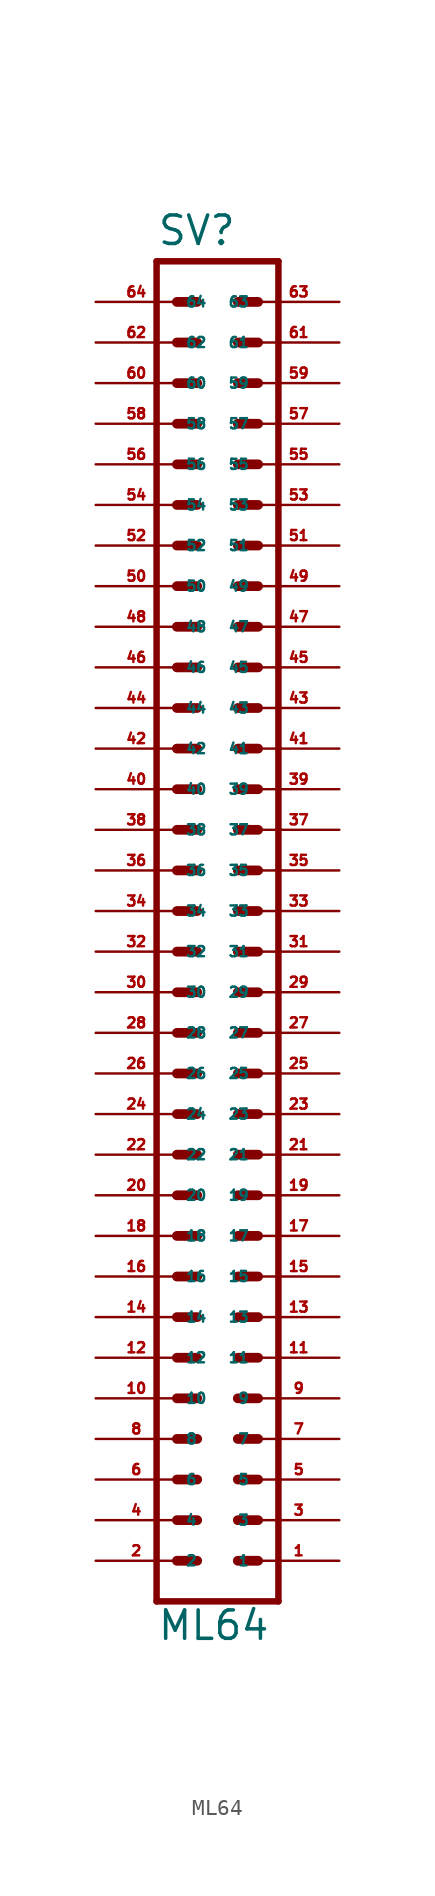
<source format=kicad_sym>
(kicad_symbol_lib
  (version 20220914)
  (generator Eagle2Kicad)
  (symbol "ML64"
    (property "Reference" "SV"
      (at -3.81 44.069 0)
      (effects (font (size 1.778 1.778) (thickness 0.22)) (justify left bottom)))
    (property "Value" "ML64"
      (at -3.81 -43.18 0)
      (effects (font (size 1.778 1.778) (thickness 0.22)) (justify left bottom)))
    (polyline
      (pts (xy 3.81 -40.64) (xy -3.81 -40.64))
      (stroke (width 0.406) (type default))
      (fill (type none)))
    (polyline
      (pts (xy -3.81 43.18) (xy -3.81 -40.64))
      (stroke (width 0.406) (type default))
      (fill (type none)))
    (polyline
      (pts (xy -3.81 43.18) (xy 3.81 43.18))
      (stroke (width 0.406) (type default))
      (fill (type none)))
    (polyline
      (pts (xy 3.81 -40.64) (xy 3.81 43.18))
      (stroke (width 0.406) (type default))
      (fill (type none)))
    (polyline
      (pts (xy 1.27 -27.94) (xy 2.54 -27.94))
      (stroke (width 0.61) (type default))
      (fill (type none)))
    (polyline
      (pts (xy 1.27 -30.48) (xy 2.54 -30.48))
      (stroke (width 0.61) (type default))
      (fill (type none)))
    (polyline
      (pts (xy 1.27 -33.02) (xy 2.54 -33.02))
      (stroke (width 0.61) (type default))
      (fill (type none)))
    (polyline
      (pts (xy 1.27 -35.56) (xy 2.54 -35.56))
      (stroke (width 0.61) (type default))
      (fill (type none)))
    (polyline
      (pts (xy 1.27 -38.1) (xy 2.54 -38.1))
      (stroke (width 0.61) (type default))
      (fill (type none)))
    (polyline
      (pts (xy -2.54 -27.94) (xy -1.27 -27.94))
      (stroke (width 0.61) (type default))
      (fill (type none)))
    (polyline
      (pts (xy -2.54 -30.48) (xy -1.27 -30.48))
      (stroke (width 0.61) (type default))
      (fill (type none)))
    (polyline
      (pts (xy -2.54 -33.02) (xy -1.27 -33.02))
      (stroke (width 0.61) (type default))
      (fill (type none)))
    (polyline
      (pts (xy -2.54 -35.56) (xy -1.27 -35.56))
      (stroke (width 0.61) (type default))
      (fill (type none)))
    (polyline
      (pts (xy -2.54 -38.1) (xy -1.27 -38.1))
      (stroke (width 0.61) (type default))
      (fill (type none)))
    (polyline
      (pts (xy 1.27 -25.4) (xy 2.54 -25.4))
      (stroke (width 0.61) (type default))
      (fill (type none)))
    (polyline
      (pts (xy 1.27 -22.86) (xy 2.54 -22.86))
      (stroke (width 0.61) (type default))
      (fill (type none)))
    (polyline
      (pts (xy 1.27 -20.32) (xy 2.54 -20.32))
      (stroke (width 0.61) (type default))
      (fill (type none)))
    (polyline
      (pts (xy 1.27 -17.78) (xy 2.54 -17.78))
      (stroke (width 0.61) (type default))
      (fill (type none)))
    (polyline
      (pts (xy 1.27 -15.24) (xy 2.54 -15.24))
      (stroke (width 0.61) (type default))
      (fill (type none)))
    (polyline
      (pts (xy -2.54 -25.4) (xy -1.27 -25.4))
      (stroke (width 0.61) (type default))
      (fill (type none)))
    (polyline
      (pts (xy -2.54 -22.86) (xy -1.27 -22.86))
      (stroke (width 0.61) (type default))
      (fill (type none)))
    (polyline
      (pts (xy -2.54 -20.32) (xy -1.27 -20.32))
      (stroke (width 0.61) (type default))
      (fill (type none)))
    (polyline
      (pts (xy -2.54 -17.78) (xy -1.27 -17.78))
      (stroke (width 0.61) (type default))
      (fill (type none)))
    (polyline
      (pts (xy -2.54 -15.24) (xy -1.27 -15.24))
      (stroke (width 0.61) (type default))
      (fill (type none)))
    (polyline
      (pts (xy 1.27 -12.7) (xy 2.54 -12.7))
      (stroke (width 0.61) (type default))
      (fill (type none)))
    (polyline
      (pts (xy 1.27 -10.16) (xy 2.54 -10.16))
      (stroke (width 0.61) (type default))
      (fill (type none)))
    (polyline
      (pts (xy 1.27 -7.62) (xy 2.54 -7.62))
      (stroke (width 0.61) (type default))
      (fill (type none)))
    (polyline
      (pts (xy -2.54 -12.7) (xy -1.27 -12.7))
      (stroke (width 0.61) (type default))
      (fill (type none)))
    (polyline
      (pts (xy -2.54 -10.16) (xy -1.27 -10.16))
      (stroke (width 0.61) (type default))
      (fill (type none)))
    (polyline
      (pts (xy -2.54 -7.62) (xy -1.27 -7.62))
      (stroke (width 0.61) (type default))
      (fill (type none)))
    (polyline
      (pts (xy 1.27 -5.08) (xy 2.54 -5.08))
      (stroke (width 0.61) (type default))
      (fill (type none)))
    (polyline
      (pts (xy 1.27 -2.54) (xy 2.54 -2.54))
      (stroke (width 0.61) (type default))
      (fill (type none)))
    (polyline
      (pts (xy 1.27 0) (xy 2.54 0))
      (stroke (width 0.61) (type default))
      (fill (type none)))
    (polyline
      (pts (xy 1.27 2.54) (xy 2.54 2.54))
      (stroke (width 0.61) (type default))
      (fill (type none)))
    (polyline
      (pts (xy 1.27 5.08) (xy 2.54 5.08))
      (stroke (width 0.61) (type default))
      (fill (type none)))
    (polyline
      (pts (xy 1.27 7.62) (xy 2.54 7.62))
      (stroke (width 0.61) (type default))
      (fill (type none)))
    (polyline
      (pts (xy 1.27 10.16) (xy 2.54 10.16))
      (stroke (width 0.61) (type default))
      (fill (type none)))
    (polyline
      (pts (xy -2.54 -5.08) (xy -1.27 -5.08))
      (stroke (width 0.61) (type default))
      (fill (type none)))
    (polyline
      (pts (xy -2.54 -2.54) (xy -1.27 -2.54))
      (stroke (width 0.61) (type default))
      (fill (type none)))
    (polyline
      (pts (xy -2.54 0) (xy -1.27 0))
      (stroke (width 0.61) (type default))
      (fill (type none)))
    (polyline
      (pts (xy -2.54 2.54) (xy -1.27 2.54))
      (stroke (width 0.61) (type default))
      (fill (type none)))
    (polyline
      (pts (xy -2.54 5.08) (xy -1.27 5.08))
      (stroke (width 0.61) (type default))
      (fill (type none)))
    (polyline
      (pts (xy -2.54 7.62) (xy -1.27 7.62))
      (stroke (width 0.61) (type default))
      (fill (type none)))
    (polyline
      (pts (xy -2.54 10.16) (xy -1.27 10.16))
      (stroke (width 0.61) (type default))
      (fill (type none)))
    (polyline
      (pts (xy -2.54 12.7) (xy -1.27 12.7))
      (stroke (width 0.61) (type default))
      (fill (type none)))
    (polyline
      (pts (xy -2.54 15.24) (xy -1.27 15.24))
      (stroke (width 0.61) (type default))
      (fill (type none)))
    (polyline
      (pts (xy -2.54 17.78) (xy -1.27 17.78))
      (stroke (width 0.61) (type default))
      (fill (type none)))
    (polyline
      (pts (xy 1.27 12.7) (xy 2.54 12.7))
      (stroke (width 0.61) (type default))
      (fill (type none)))
    (polyline
      (pts (xy 1.27 15.24) (xy 2.54 15.24))
      (stroke (width 0.61) (type default))
      (fill (type none)))
    (polyline
      (pts (xy 1.27 17.78) (xy 2.54 17.78))
      (stroke (width 0.61) (type default))
      (fill (type none)))
    (polyline
      (pts (xy -2.54 20.32) (xy -1.27 20.32))
      (stroke (width 0.61) (type default))
      (fill (type none)))
    (polyline
      (pts (xy -2.54 22.86) (xy -1.27 22.86))
      (stroke (width 0.61) (type default))
      (fill (type none)))
    (polyline
      (pts (xy 1.27 20.32) (xy 2.54 20.32))
      (stroke (width 0.61) (type default))
      (fill (type none)))
    (polyline
      (pts (xy 1.27 22.86) (xy 2.54 22.86))
      (stroke (width 0.61) (type default))
      (fill (type none)))
    (polyline
      (pts (xy -2.54 25.4) (xy -1.27 25.4))
      (stroke (width 0.61) (type default))
      (fill (type none)))
    (polyline
      (pts (xy -2.54 27.94) (xy -1.27 27.94))
      (stroke (width 0.61) (type default))
      (fill (type none)))
    (polyline
      (pts (xy -2.54 30.48) (xy -1.27 30.48))
      (stroke (width 0.61) (type default))
      (fill (type none)))
    (polyline
      (pts (xy -2.54 33.02) (xy -1.27 33.02))
      (stroke (width 0.61) (type default))
      (fill (type none)))
    (polyline
      (pts (xy -2.54 35.56) (xy -1.27 35.56))
      (stroke (width 0.61) (type default))
      (fill (type none)))
    (polyline
      (pts (xy -2.54 38.1) (xy -1.27 38.1))
      (stroke (width 0.61) (type default))
      (fill (type none)))
    (polyline
      (pts (xy -2.54 40.64) (xy -1.27 40.64))
      (stroke (width 0.61) (type default))
      (fill (type none)))
    (polyline
      (pts (xy 1.27 25.4) (xy 2.54 25.4))
      (stroke (width 0.61) (type default))
      (fill (type none)))
    (polyline
      (pts (xy 1.27 27.94) (xy 2.54 27.94))
      (stroke (width 0.61) (type default))
      (fill (type none)))
    (polyline
      (pts (xy 1.27 30.48) (xy 2.54 30.48))
      (stroke (width 0.61) (type default))
      (fill (type none)))
    (polyline
      (pts (xy 1.27 33.02) (xy 2.54 33.02))
      (stroke (width 0.61) (type default))
      (fill (type none)))
    (polyline
      (pts (xy 1.27 35.56) (xy 2.54 35.56))
      (stroke (width 0.61) (type default))
      (fill (type none)))
    (polyline
      (pts (xy 1.27 38.1) (xy 2.54 38.1))
      (stroke (width 0.61) (type default))
      (fill (type none)))
    (polyline
      (pts (xy 1.27 40.64) (xy 2.54 40.64))
      (stroke (width 0.61) (type default))
      (fill (type none)))
    (pin passive line
      (at 7.62 -38.1 180)
      (length 5.08)
      (name "1" (effects (font (size 0.635 0.635) (thickness 0.08)) (justify left bottom)))
      (number "1" (effects (font (size 0.635 0.635) (thickness 0.08)) (justify left bottom))))
    (pin passive line
      (at 7.62 -35.56 180)
      (length 5.08)
      (name "3" (effects (font (size 0.635 0.635) (thickness 0.08)) (justify left bottom)))
      (number "3" (effects (font (size 0.635 0.635) (thickness 0.08)) (justify left bottom))))
    (pin passive line
      (at 7.62 -33.02 180)
      (length 5.08)
      (name "5" (effects (font (size 0.635 0.635) (thickness 0.08)) (justify left bottom)))
      (number "5" (effects (font (size 0.635 0.635) (thickness 0.08)) (justify left bottom))))
    (pin passive line
      (at 7.62 -30.48 180)
      (length 5.08)
      (name "7" (effects (font (size 0.635 0.635) (thickness 0.08)) (justify left bottom)))
      (number "7" (effects (font (size 0.635 0.635) (thickness 0.08)) (justify left bottom))))
    (pin passive line
      (at 7.62 -27.94 180)
      (length 5.08)
      (name "9" (effects (font (size 0.635 0.635) (thickness 0.08)) (justify left bottom)))
      (number "9" (effects (font (size 0.635 0.635) (thickness 0.08)) (justify left bottom))))
    (pin passive line
      (at 7.62 -25.4 180)
      (length 5.08)
      (name "11" (effects (font (size 0.635 0.635) (thickness 0.08)) (justify left bottom)))
      (number "11" (effects (font (size 0.635 0.635) (thickness 0.08)) (justify left bottom))))
    (pin passive line
      (at 7.62 -22.86 180)
      (length 5.08)
      (name "13" (effects (font (size 0.635 0.635) (thickness 0.08)) (justify left bottom)))
      (number "13" (effects (font (size 0.635 0.635) (thickness 0.08)) (justify left bottom))))
    (pin passive line
      (at 7.62 -20.32 180)
      (length 5.08)
      (name "15" (effects (font (size 0.635 0.635) (thickness 0.08)) (justify left bottom)))
      (number "15" (effects (font (size 0.635 0.635) (thickness 0.08)) (justify left bottom))))
    (pin passive line
      (at 7.62 -17.78 180)
      (length 5.08)
      (name "17" (effects (font (size 0.635 0.635) (thickness 0.08)) (justify left bottom)))
      (number "17" (effects (font (size 0.635 0.635) (thickness 0.08)) (justify left bottom))))
    (pin passive line
      (at 7.62 -15.24 180)
      (length 5.08)
      (name "19" (effects (font (size 0.635 0.635) (thickness 0.08)) (justify left bottom)))
      (number "19" (effects (font (size 0.635 0.635) (thickness 0.08)) (justify left bottom))))
    (pin passive line
      (at 7.62 -12.7 180)
      (length 5.08)
      (name "21" (effects (font (size 0.635 0.635) (thickness 0.08)) (justify left bottom)))
      (number "21" (effects (font (size 0.635 0.635) (thickness 0.08)) (justify left bottom))))
    (pin passive line
      (at 7.62 -10.16 180)
      (length 5.08)
      (name "23" (effects (font (size 0.635 0.635) (thickness 0.08)) (justify left bottom)))
      (number "23" (effects (font (size 0.635 0.635) (thickness 0.08)) (justify left bottom))))
    (pin passive line
      (at 7.62 -7.62 180)
      (length 5.08)
      (name "25" (effects (font (size 0.635 0.635) (thickness 0.08)) (justify left bottom)))
      (number "25" (effects (font (size 0.635 0.635) (thickness 0.08)) (justify left bottom))))
    (pin passive line
      (at 7.62 -5.08 180)
      (length 5.08)
      (name "27" (effects (font (size 0.635 0.635) (thickness 0.08)) (justify left bottom)))
      (number "27" (effects (font (size 0.635 0.635) (thickness 0.08)) (justify left bottom))))
    (pin passive line
      (at 7.62 -2.54 180)
      (length 5.08)
      (name "29" (effects (font (size 0.635 0.635) (thickness 0.08)) (justify left bottom)))
      (number "29" (effects (font (size 0.635 0.635) (thickness 0.08)) (justify left bottom))))
    (pin passive line
      (at 7.62 0 180)
      (length 5.08)
      (name "31" (effects (font (size 0.635 0.635) (thickness 0.08)) (justify left bottom)))
      (number "31" (effects (font (size 0.635 0.635) (thickness 0.08)) (justify left bottom))))
    (pin passive line
      (at 7.62 2.54 180)
      (length 5.08)
      (name "33" (effects (font (size 0.635 0.635) (thickness 0.08)) (justify left bottom)))
      (number "33" (effects (font (size 0.635 0.635) (thickness 0.08)) (justify left bottom))))
    (pin passive line
      (at 7.62 5.08 180)
      (length 5.08)
      (name "35" (effects (font (size 0.635 0.635) (thickness 0.08)) (justify left bottom)))
      (number "35" (effects (font (size 0.635 0.635) (thickness 0.08)) (justify left bottom))))
    (pin passive line
      (at 7.62 7.62 180)
      (length 5.08)
      (name "37" (effects (font (size 0.635 0.635) (thickness 0.08)) (justify left bottom)))
      (number "37" (effects (font (size 0.635 0.635) (thickness 0.08)) (justify left bottom))))
    (pin passive line
      (at 7.62 10.16 180)
      (length 5.08)
      (name "39" (effects (font (size 0.635 0.635) (thickness 0.08)) (justify left bottom)))
      (number "39" (effects (font (size 0.635 0.635) (thickness 0.08)) (justify left bottom))))
    (pin passive line
      (at -7.62 -38.1 0)
      (length 5.08)
      (name "2" (effects (font (size 0.635 0.635) (thickness 0.08)) (justify left bottom)))
      (number "2" (effects (font (size 0.635 0.635) (thickness 0.08)) (justify left bottom))))
    (pin passive line
      (at -7.62 -35.56 0)
      (length 5.08)
      (name "4" (effects (font (size 0.635 0.635) (thickness 0.08)) (justify left bottom)))
      (number "4" (effects (font (size 0.635 0.635) (thickness 0.08)) (justify left bottom))))
    (pin passive line
      (at -7.62 -33.02 0)
      (length 5.08)
      (name "6" (effects (font (size 0.635 0.635) (thickness 0.08)) (justify left bottom)))
      (number "6" (effects (font (size 0.635 0.635) (thickness 0.08)) (justify left bottom))))
    (pin passive line
      (at -7.62 -30.48 0)
      (length 5.08)
      (name "8" (effects (font (size 0.635 0.635) (thickness 0.08)) (justify left bottom)))
      (number "8" (effects (font (size 0.635 0.635) (thickness 0.08)) (justify left bottom))))
    (pin passive line
      (at -7.62 -27.94 0)
      (length 5.08)
      (name "10" (effects (font (size 0.635 0.635) (thickness 0.08)) (justify left bottom)))
      (number "10" (effects (font (size 0.635 0.635) (thickness 0.08)) (justify left bottom))))
    (pin passive line
      (at -7.62 -25.4 0)
      (length 5.08)
      (name "12" (effects (font (size 0.635 0.635) (thickness 0.08)) (justify left bottom)))
      (number "12" (effects (font (size 0.635 0.635) (thickness 0.08)) (justify left bottom))))
    (pin passive line
      (at -7.62 -22.86 0)
      (length 5.08)
      (name "14" (effects (font (size 0.635 0.635) (thickness 0.08)) (justify left bottom)))
      (number "14" (effects (font (size 0.635 0.635) (thickness 0.08)) (justify left bottom))))
    (pin passive line
      (at -7.62 -20.32 0)
      (length 5.08)
      (name "16" (effects (font (size 0.635 0.635) (thickness 0.08)) (justify left bottom)))
      (number "16" (effects (font (size 0.635 0.635) (thickness 0.08)) (justify left bottom))))
    (pin passive line
      (at -7.62 -17.78 0)
      (length 5.08)
      (name "18" (effects (font (size 0.635 0.635) (thickness 0.08)) (justify left bottom)))
      (number "18" (effects (font (size 0.635 0.635) (thickness 0.08)) (justify left bottom))))
    (pin passive line
      (at -7.62 -15.24 0)
      (length 5.08)
      (name "20" (effects (font (size 0.635 0.635) (thickness 0.08)) (justify left bottom)))
      (number "20" (effects (font (size 0.635 0.635) (thickness 0.08)) (justify left bottom))))
    (pin passive line
      (at -7.62 -12.7 0)
      (length 5.08)
      (name "22" (effects (font (size 0.635 0.635) (thickness 0.08)) (justify left bottom)))
      (number "22" (effects (font (size 0.635 0.635) (thickness 0.08)) (justify left bottom))))
    (pin passive line
      (at -7.62 -10.16 0)
      (length 5.08)
      (name "24" (effects (font (size 0.635 0.635) (thickness 0.08)) (justify left bottom)))
      (number "24" (effects (font (size 0.635 0.635) (thickness 0.08)) (justify left bottom))))
    (pin passive line
      (at -7.62 -7.62 0)
      (length 5.08)
      (name "26" (effects (font (size 0.635 0.635) (thickness 0.08)) (justify left bottom)))
      (number "26" (effects (font (size 0.635 0.635) (thickness 0.08)) (justify left bottom))))
    (pin passive line
      (at -7.62 -5.08 0)
      (length 5.08)
      (name "28" (effects (font (size 0.635 0.635) (thickness 0.08)) (justify left bottom)))
      (number "28" (effects (font (size 0.635 0.635) (thickness 0.08)) (justify left bottom))))
    (pin passive line
      (at -7.62 -2.54 0)
      (length 5.08)
      (name "30" (effects (font (size 0.635 0.635) (thickness 0.08)) (justify left bottom)))
      (number "30" (effects (font (size 0.635 0.635) (thickness 0.08)) (justify left bottom))))
    (pin passive line
      (at -7.62 0 0)
      (length 5.08)
      (name "32" (effects (font (size 0.635 0.635) (thickness 0.08)) (justify left bottom)))
      (number "32" (effects (font (size 0.635 0.635) (thickness 0.08)) (justify left bottom))))
    (pin passive line
      (at -7.62 2.54 0)
      (length 5.08)
      (name "34" (effects (font (size 0.635 0.635) (thickness 0.08)) (justify left bottom)))
      (number "34" (effects (font (size 0.635 0.635) (thickness 0.08)) (justify left bottom))))
    (pin passive line
      (at -7.62 5.08 0)
      (length 5.08)
      (name "36" (effects (font (size 0.635 0.635) (thickness 0.08)) (justify left bottom)))
      (number "36" (effects (font (size 0.635 0.635) (thickness 0.08)) (justify left bottom))))
    (pin passive line
      (at -7.62 7.62 0)
      (length 5.08)
      (name "38" (effects (font (size 0.635 0.635) (thickness 0.08)) (justify left bottom)))
      (number "38" (effects (font (size 0.635 0.635) (thickness 0.08)) (justify left bottom))))
    (pin passive line
      (at -7.62 10.16 0)
      (length 5.08)
      (name "40" (effects (font (size 0.635 0.635) (thickness 0.08)) (justify left bottom)))
      (number "40" (effects (font (size 0.635 0.635) (thickness 0.08)) (justify left bottom))))
    (pin passive line
      (at 7.62 12.7 180)
      (length 5.08)
      (name "41" (effects (font (size 0.635 0.635) (thickness 0.08)) (justify left bottom)))
      (number "41" (effects (font (size 0.635 0.635) (thickness 0.08)) (justify left bottom))))
    (pin passive line
      (at 7.62 15.24 180)
      (length 5.08)
      (name "43" (effects (font (size 0.635 0.635) (thickness 0.08)) (justify left bottom)))
      (number "43" (effects (font (size 0.635 0.635) (thickness 0.08)) (justify left bottom))))
    (pin passive line
      (at 7.62 17.78 180)
      (length 5.08)
      (name "45" (effects (font (size 0.635 0.635) (thickness 0.08)) (justify left bottom)))
      (number "45" (effects (font (size 0.635 0.635) (thickness 0.08)) (justify left bottom))))
    (pin passive line
      (at 7.62 20.32 180)
      (length 5.08)
      (name "47" (effects (font (size 0.635 0.635) (thickness 0.08)) (justify left bottom)))
      (number "47" (effects (font (size 0.635 0.635) (thickness 0.08)) (justify left bottom))))
    (pin passive line
      (at 7.62 22.86 180)
      (length 5.08)
      (name "49" (effects (font (size 0.635 0.635) (thickness 0.08)) (justify left bottom)))
      (number "49" (effects (font (size 0.635 0.635) (thickness 0.08)) (justify left bottom))))
    (pin passive line
      (at -7.62 12.7 0)
      (length 5.08)
      (name "42" (effects (font (size 0.635 0.635) (thickness 0.08)) (justify left bottom)))
      (number "42" (effects (font (size 0.635 0.635) (thickness 0.08)) (justify left bottom))))
    (pin passive line
      (at -7.62 15.24 0)
      (length 5.08)
      (name "44" (effects (font (size 0.635 0.635) (thickness 0.08)) (justify left bottom)))
      (number "44" (effects (font (size 0.635 0.635) (thickness 0.08)) (justify left bottom))))
    (pin passive line
      (at -7.62 17.78 0)
      (length 5.08)
      (name "46" (effects (font (size 0.635 0.635) (thickness 0.08)) (justify left bottom)))
      (number "46" (effects (font (size 0.635 0.635) (thickness 0.08)) (justify left bottom))))
    (pin passive line
      (at -7.62 20.32 0)
      (length 5.08)
      (name "48" (effects (font (size 0.635 0.635) (thickness 0.08)) (justify left bottom)))
      (number "48" (effects (font (size 0.635 0.635) (thickness 0.08)) (justify left bottom))))
    (pin passive line
      (at -7.62 22.86 0)
      (length 5.08)
      (name "50" (effects (font (size 0.635 0.635) (thickness 0.08)) (justify left bottom)))
      (number "50" (effects (font (size 0.635 0.635) (thickness 0.08)) (justify left bottom))))
    (pin passive line
      (at 7.62 25.4 180)
      (length 5.08)
      (name "51" (effects (font (size 0.635 0.635) (thickness 0.08)) (justify left bottom)))
      (number "51" (effects (font (size 0.635 0.635) (thickness 0.08)) (justify left bottom))))
    (pin passive line
      (at 7.62 27.94 180)
      (length 5.08)
      (name "53" (effects (font (size 0.635 0.635) (thickness 0.08)) (justify left bottom)))
      (number "53" (effects (font (size 0.635 0.635) (thickness 0.08)) (justify left bottom))))
    (pin passive line
      (at 7.62 30.48 180)
      (length 5.08)
      (name "55" (effects (font (size 0.635 0.635) (thickness 0.08)) (justify left bottom)))
      (number "55" (effects (font (size 0.635 0.635) (thickness 0.08)) (justify left bottom))))
    (pin passive line
      (at 7.62 33.02 180)
      (length 5.08)
      (name "57" (effects (font (size 0.635 0.635) (thickness 0.08)) (justify left bottom)))
      (number "57" (effects (font (size 0.635 0.635) (thickness 0.08)) (justify left bottom))))
    (pin passive line
      (at 7.62 35.56 180)
      (length 5.08)
      (name "59" (effects (font (size 0.635 0.635) (thickness 0.08)) (justify left bottom)))
      (number "59" (effects (font (size 0.635 0.635) (thickness 0.08)) (justify left bottom))))
    (pin passive line
      (at 7.62 38.1 180)
      (length 5.08)
      (name "61" (effects (font (size 0.635 0.635) (thickness 0.08)) (justify left bottom)))
      (number "61" (effects (font (size 0.635 0.635) (thickness 0.08)) (justify left bottom))))
    (pin passive line
      (at 7.62 40.64 180)
      (length 5.08)
      (name "63" (effects (font (size 0.635 0.635) (thickness 0.08)) (justify left bottom)))
      (number "63" (effects (font (size 0.635 0.635) (thickness 0.08)) (justify left bottom))))
    (pin passive line
      (at -7.62 25.4 0)
      (length 5.08)
      (name "52" (effects (font (size 0.635 0.635) (thickness 0.08)) (justify left bottom)))
      (number "52" (effects (font (size 0.635 0.635) (thickness 0.08)) (justify left bottom))))
    (pin passive line
      (at -7.62 27.94 0)
      (length 5.08)
      (name "54" (effects (font (size 0.635 0.635) (thickness 0.08)) (justify left bottom)))
      (number "54" (effects (font (size 0.635 0.635) (thickness 0.08)) (justify left bottom))))
    (pin passive line
      (at -7.62 30.48 0)
      (length 5.08)
      (name "56" (effects (font (size 0.635 0.635) (thickness 0.08)) (justify left bottom)))
      (number "56" (effects (font (size 0.635 0.635) (thickness 0.08)) (justify left bottom))))
    (pin passive line
      (at -7.62 33.02 0)
      (length 5.08)
      (name "58" (effects (font (size 0.635 0.635) (thickness 0.08)) (justify left bottom)))
      (number "58" (effects (font (size 0.635 0.635) (thickness 0.08)) (justify left bottom))))
    (pin passive line
      (at -7.62 35.56 0)
      (length 5.08)
      (name "60" (effects (font (size 0.635 0.635) (thickness 0.08)) (justify left bottom)))
      (number "60" (effects (font (size 0.635 0.635) (thickness 0.08)) (justify left bottom))))
    (pin passive line
      (at -7.62 38.1 0)
      (length 5.08)
      (name "62" (effects (font (size 0.635 0.635) (thickness 0.08)) (justify left bottom)))
      (number "62" (effects (font (size 0.635 0.635) (thickness 0.08)) (justify left bottom))))
    (pin passive line
      (at -7.62 40.64 0)
      (length 5.08)
      (name "64" (effects (font (size 0.635 0.635) (thickness 0.08)) (justify left bottom)))
      (number "64" (effects (font (size 0.635 0.635) (thickness 0.08)) (justify left bottom))))))
</source>
